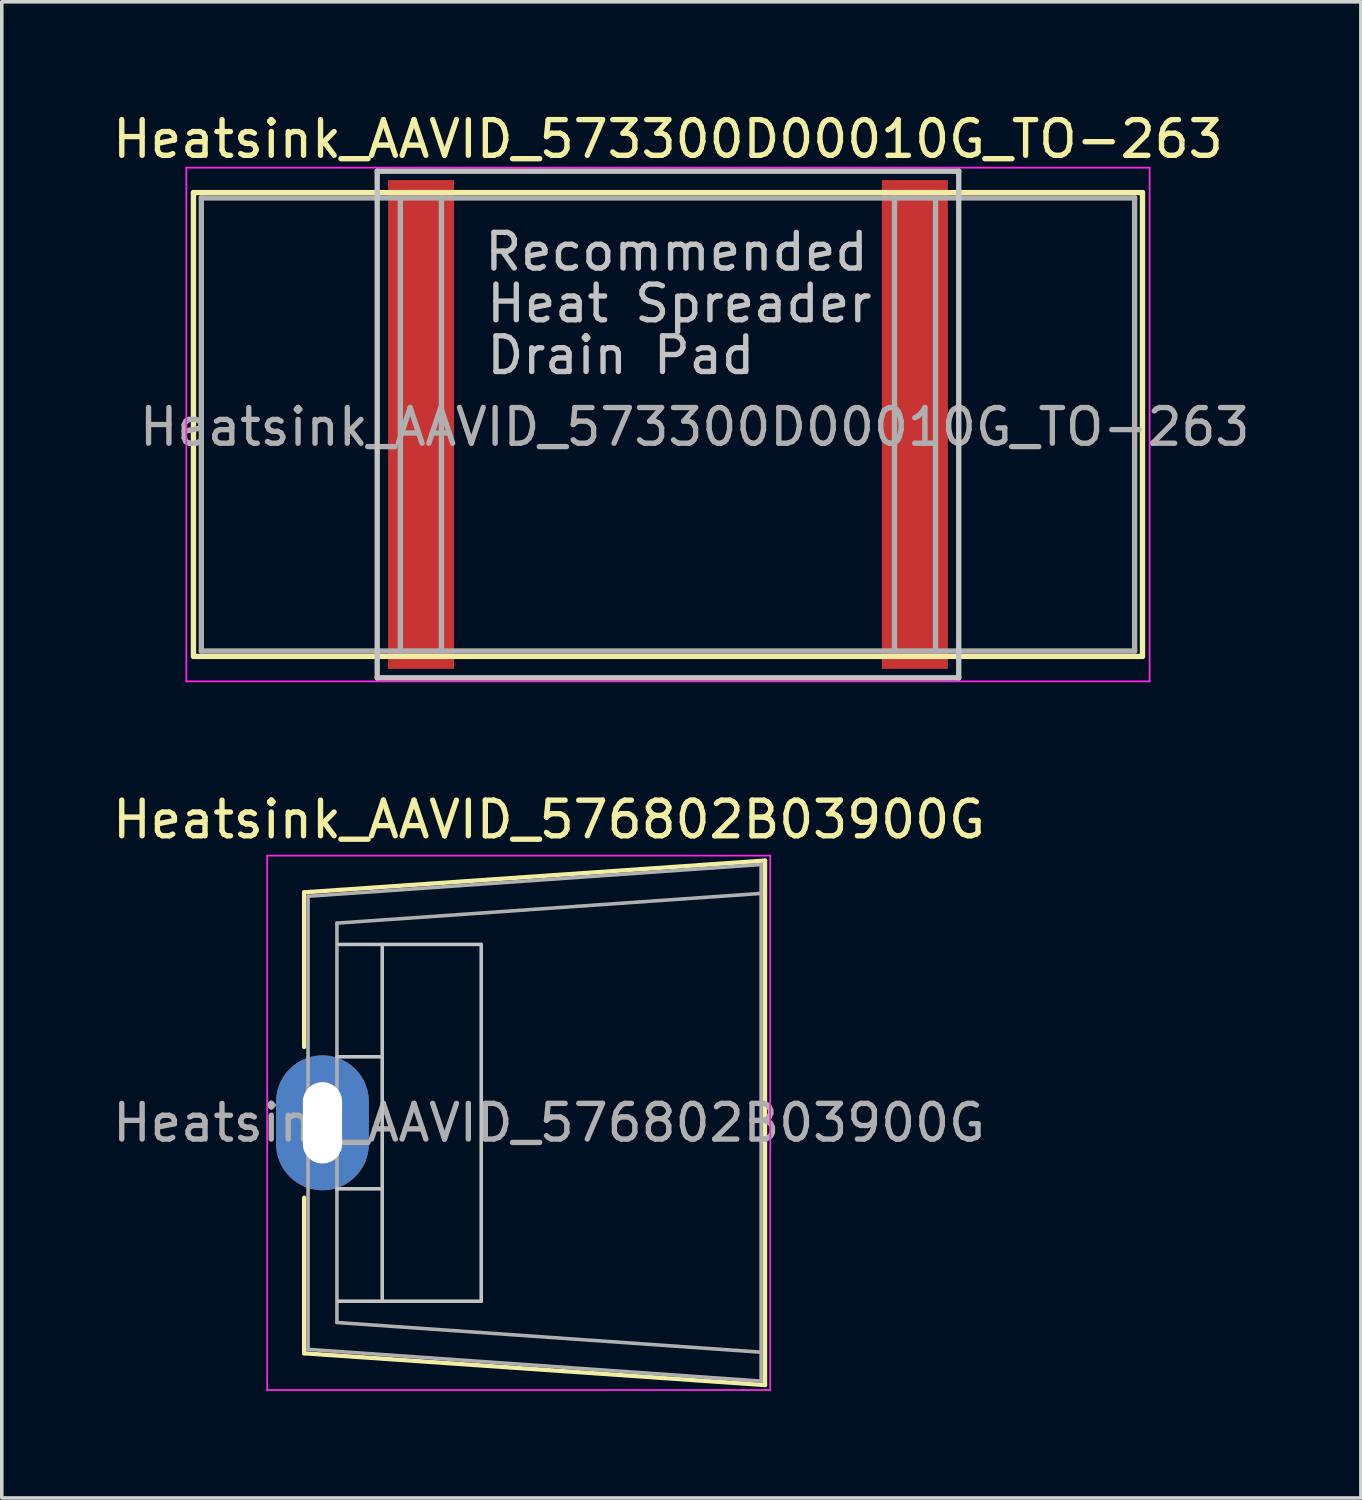
<source format=kicad_pcb>
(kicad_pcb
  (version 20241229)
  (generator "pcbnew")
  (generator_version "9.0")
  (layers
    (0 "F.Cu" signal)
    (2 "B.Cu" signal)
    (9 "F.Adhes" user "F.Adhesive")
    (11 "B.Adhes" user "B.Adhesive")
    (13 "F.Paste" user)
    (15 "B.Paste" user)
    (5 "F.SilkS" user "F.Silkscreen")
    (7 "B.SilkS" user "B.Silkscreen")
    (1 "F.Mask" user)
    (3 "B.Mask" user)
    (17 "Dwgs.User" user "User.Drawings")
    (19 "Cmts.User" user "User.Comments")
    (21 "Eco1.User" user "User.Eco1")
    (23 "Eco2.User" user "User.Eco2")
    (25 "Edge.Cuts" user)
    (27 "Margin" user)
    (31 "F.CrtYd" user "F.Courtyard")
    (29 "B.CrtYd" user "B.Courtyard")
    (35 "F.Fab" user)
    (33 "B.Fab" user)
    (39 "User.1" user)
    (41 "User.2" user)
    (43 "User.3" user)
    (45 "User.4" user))
  (footprint "Heatsink_AAVID_573300D00010G_TO-263"
    (layer "F.Cu")
    (at 15.673 8.848)
    (property "Reference" "Heatsink_AAVID_573300D00010G_TO-263" (at 0 -8 0) (layer "F.SilkS") (effects (font (size 1 1) (thickness 0.15))))
    (attr smd)
    (fp_line (start -13.3 -6.5) (end 13.3 -6.5) (stroke (width 0.15) (type solid)) (layer "F.SilkS"))
    (fp_line (start -13.3 6.5) (end -13.3 -6.5) (stroke (width 0.15) (type solid)) (layer "F.SilkS"))
    (fp_line (start -13.3 6.5) (end 13.3 6.5) (stroke (width 0.15) (type solid)) (layer "F.SilkS"))
    (fp_line (start 13.3 -6.5) (end 13.3 6.5) (stroke (width 0.15) (type solid)) (layer "F.SilkS"))
    (fp_line (start -8.15 -7.1) (end 8.15 -7.1) (stroke (width 0.15) (type solid)) (layer "Dwgs.User"))
    (fp_line (start -8.15 7.1) (end -8.15 -7.1) (stroke (width 0.15) (type solid)) (layer "Dwgs.User"))
    (fp_line (start -8.15 7.1) (end 8.15 7.1) (stroke (width 0.15) (type solid)) (layer "Dwgs.User"))
    (fp_line (start 8.15 7.1) (end 8.15 -7.1) (stroke (width 0.15) (type solid)) (layer "Dwgs.User"))
    (fp_line (start -13.5 -7.2) (end -13.5 7.2) (stroke (width 0.05) (type solid)) (layer "F.CrtYd"))
    (fp_line (start -13.5 7.2) (end 13.5 7.2) (stroke (width 0.05) (type solid)) (layer "F.CrtYd"))
    (fp_line (start 13.5 -7.2) (end -13.5 -7.2) (stroke (width 0.05) (type solid)) (layer "F.CrtYd"))
    (fp_line (start 13.5 7.2) (end 13.5 -7.2) (stroke (width 0.05) (type solid)) (layer "F.CrtYd"))
    (fp_line (start -13.08 -6.35) (end 13.08 -6.35) (stroke (width 0.15) (type solid)) (layer "F.Fab"))
    (fp_line (start -13.08 6.35) (end -13.08 -6.35) (stroke (width 0.15) (type solid)) (layer "F.Fab"))
    (fp_line (start -13.08 6.35) (end 13.08 6.35) (stroke (width 0.15) (type solid)) (layer "F.Fab"))
    (fp_line (start -7.5 6.35) (end -7.5 -6.35) (stroke (width 0.15) (type solid)) (layer "F.Fab"))
    (fp_line (start -6.35 6.35) (end -6.35 -6.35) (stroke (width 0.15) (type solid)) (layer "F.Fab"))
    (fp_line (start 6.35 6.35) (end 6.35 -6.35) (stroke (width 0.15) (type solid)) (layer "F.Fab"))
    (fp_line (start 7.5 6.35) (end 7.5 -6.35) (stroke (width 0.15) (type solid)) (layer "F.Fab"))
    (fp_line (start 13.08 -6.35) (end 13.08 6.35) (stroke (width 0.15) (type solid)) (layer "F.Fab"))
    (fp_text user "Heat Spreader" (at 0.32 -3.39 0) (layer "Dwgs.User") (effects (font (size 1 1) (thickness 0.15))))
    (fp_text user "Drain Pad" (at -1.32 -1.94 0) (layer "Dwgs.User") (effects (font (size 1 1) (thickness 0.15))))
    (fp_text user "Recommended" (at 0.24 -4.84 0) (layer "Dwgs.User") (effects (font (size 1 1) (thickness 0.15))))
    (fp_text user "${REFERENCE}" (at 0.75 0.07 0) (layer "F.Fab") (effects (font (size 1 1) (thickness 0.15))))
    (pad "1" smd rect (at -6.92 0) (size 1.85 13.7) (layers "F.Cu" "F.Mask" "F.Paste"))
    (pad "1" smd rect (at 6.92 0) (size 1.85 13.7) (layers "F.Cu" "F.Mask" "F.Paste")))
  (footprint "Heatsink_AAVID_576802B03900G"
    (layer "F.Cu")
    (at 5.989 28.422)
    (property "Reference" "Heatsink_AAVID_576802B03900G" (at 6.35 -8.5 0) (layer "F.SilkS") (effects (font (size 1 1) (thickness 0.15))))
    (attr through_hole)
    (fp_line (start -0.515 -6.46) (end -0.515 -2.125) (stroke (width 0.12) (type solid)) (layer "F.SilkS"))
    (fp_line (start -0.515 -6.46) (end 12.405 -7.35) (stroke (width 0.12) (type solid)) (layer "F.SilkS"))
    (fp_line (start -0.515 2.1) (end -0.515 6.46) (stroke (width 0.12) (type solid)) (layer "F.SilkS"))
    (fp_line (start -0.515 6.46) (end 12.405 7.35) (stroke (width 0.12) (type solid)) (layer "F.SilkS"))
    (fp_line (start 12.405 -7.35) (end 12.405 7.35) (stroke (width 0.12) (type solid)) (layer "F.SilkS"))
    (fp_line (start 0.405 -1.85) (end 1.675 -1.85) (stroke (width 0.1) (type solid)) (layer "Dwgs.User"))
    (fp_line (start 0.405 1.85) (end 1.675 1.85) (stroke (width 0.1) (type solid)) (layer "Dwgs.User"))
    (fp_line (start 0.45 -5) (end 4.45 -5) (stroke (width 0.1) (type solid)) (layer "Dwgs.User"))
    (fp_line (start 1.675 -5) (end 1.675 5) (stroke (width 0.1) (type solid)) (layer "Dwgs.User"))
    (fp_line (start 4.45 -5) (end 4.45 5) (stroke (width 0.1) (type solid)) (layer "Dwgs.User"))
    (fp_line (start 4.45 5) (end 0.45 5) (stroke (width 0.1) (type solid)) (layer "Dwgs.User"))
    (fp_line (start -1.55 -7.49) (end -1.55 7.49) (stroke (width 0.05) (type solid)) (layer "F.CrtYd"))
    (fp_line (start -1.55 7.49) (end 12.55 7.49) (stroke (width 0.05) (type solid)) (layer "F.CrtYd"))
    (fp_line (start 12.55 -7.49) (end -1.55 -7.49) (stroke (width 0.05) (type solid)) (layer "F.CrtYd"))
    (fp_line (start 12.55 -7.49) (end 12.55 7.49) (stroke (width 0.05) (type solid)) (layer "F.CrtYd"))
    (fp_line (start -0.405 -6.35) (end -0.405 6.35) (stroke (width 0.1) (type solid)) (layer "F.Fab"))
    (fp_line (start -0.405 -6.35) (end 12.295 -7.24) (stroke (width 0.1) (type solid)) (layer "F.Fab"))
    (fp_line (start 0.405 -5.597) (end 0.405 5.597) (stroke (width 0.1) (type solid)) (layer "F.Fab"))
    (fp_line (start 0.405 -5.597) (end 12.295 -6.43) (stroke (width 0.1) (type solid)) (layer "F.Fab"))
    (fp_line (start 12.295 -7.24) (end 12.295 7.24) (stroke (width 0.1) (type solid)) (layer "F.Fab"))
    (fp_line (start 12.295 7.24) (end -0.405 6.35) (stroke (width 0.1) (type solid)) (layer "F.Fab"))
    (fp_line (start 12.3 6.43) (end 0.405 5.597) (stroke (width 0.1) (type solid)) (layer "F.Fab"))
    (fp_text user "${REFERENCE}" (at 6.35 0 0) (layer "F.Fab") (effects (font (size 1 1) (thickness 0.15))))
    (pad "1" thru_hole oval (at 0 0) (size 2.6 3.78) (drill oval 1.1 2.28) (layers "*.Cu" "*.Mask")))
  (gr_rect
    (start -3 -3)
    (end 35.095 38.937)
    (stroke (width 0.1) (type default))
    (fill no)
    (layer "Edge.Cuts")))
</source>
